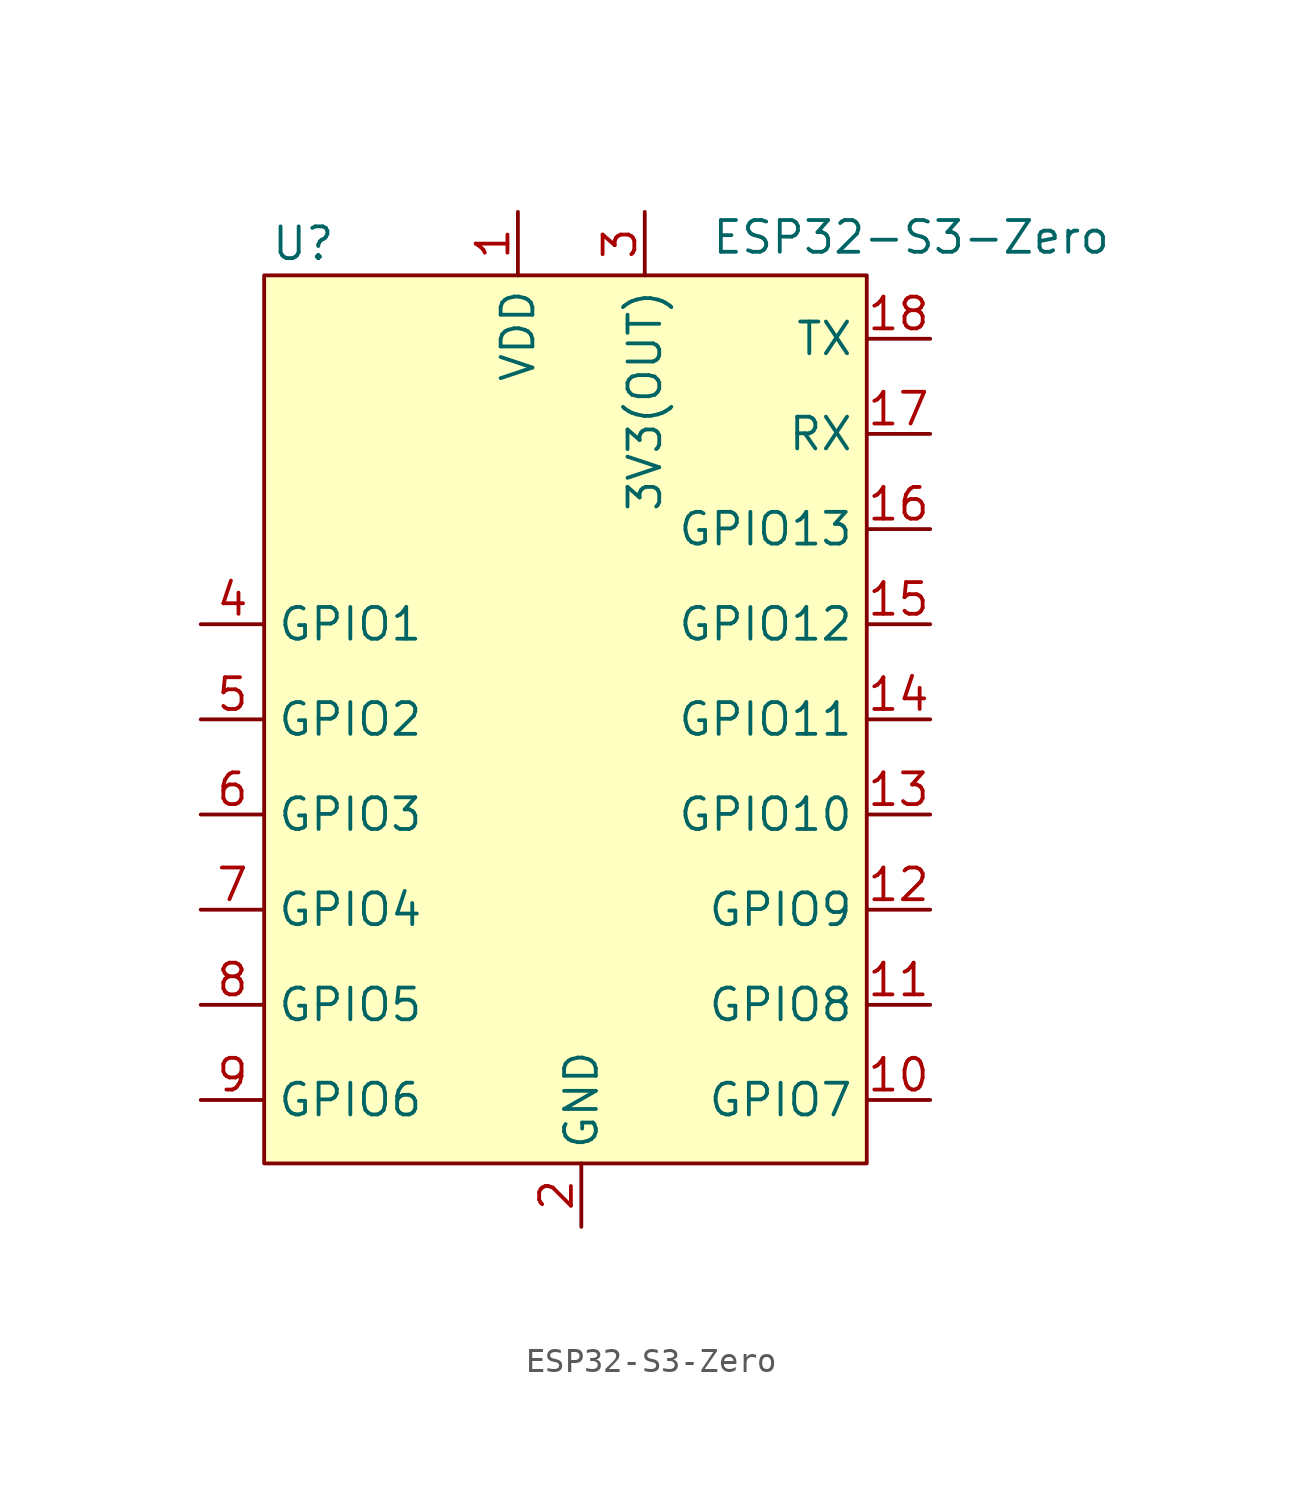
<source format=kicad_sym>
(kicad_symbol_lib
  (version 20241209)
  (generator "kicad_symbol_editor")
  (generator_version "9.0")
  (symbol "ESP32-S3-Zero"
    (property "Reference" "U"
      (at 0.254 1.27 0)
      (effects (font (size 1.27 1.27)) (justify left)))
    (property "Value" "ESP32-S3-Zero"
      (at 25.908 1.524 0)
      (effects (font (size 1.27 1.27))))
    (symbol "ESP32-S3-Zero_1_1"
      (rectangle (start 0 0) (end 24.13 -35.56) (stroke (width 0) (type default)) (fill (type background)))
      (pin bidirectional line (at -2.54 -13.97 0) (length 2.54) (name "GPIO1" (effects (font (size 1.27 1.27)))) (number "4" (effects (font (size 1.27 1.27)))))
      (pin bidirectional line (at -2.54 -17.78 0) (length 2.54) (name "GPIO2" (effects (font (size 1.27 1.27)))) (number "5" (effects (font (size 1.27 1.27)))))
      (pin bidirectional line (at -2.54 -21.59 0) (length 2.54) (name "GPIO3" (effects (font (size 1.27 1.27)))) (number "6" (effects (font (size 1.27 1.27)))))
      (pin bidirectional line (at -2.54 -25.4 0) (length 2.54) (name "GPIO4" (effects (font (size 1.27 1.27)))) (number "7" (effects (font (size 1.27 1.27)))))
      (pin bidirectional line (at -2.54 -29.21 0) (length 2.54) (name "GPIO5" (effects (font (size 1.27 1.27)))) (number "8" (effects (font (size 1.27 1.27)))))
      (pin bidirectional line (at -2.54 -33.02 0) (length 2.54) (name "GPIO6" (effects (font (size 1.27 1.27)))) (number "9" (effects (font (size 1.27 1.27)))))
      (pin power_in line (at 10.16 2.54 270) (length 2.54) (name "VDD" (effects (font (size 1.27 1.27)))) (number "1" (effects (font (size 1.27 1.27)))))
      (pin power_in line (at 12.7 -38.1 90) (length 2.54) (name "GND" (effects (font (size 1.27 1.27)))) (number "2" (effects (font (size 1.27 1.27)))))
      (pin power_out line (at 15.24 2.54 270) (length 2.54) (name "3V3(OUT)" (effects (font (size 1.27 1.27)))) (number "3" (effects (font (size 1.27 1.27)))))
      (pin output line (at 26.67 -2.54 180) (length 2.54) (name "TX" (effects (font (size 1.27 1.27)))) (number "18" (effects (font (size 1.27 1.27)))))
      (pin input line (at 26.67 -6.35 180) (length 2.54) (name "RX" (effects (font (size 1.27 1.27)))) (number "17" (effects (font (size 1.27 1.27)))))
      (pin bidirectional line (at 26.67 -10.16 180) (length 2.54) (name "GPIO13" (effects (font (size 1.27 1.27)))) (number "16" (effects (font (size 1.27 1.27)))))
      (pin bidirectional line (at 26.67 -13.97 180) (length 2.54) (name "GPIO12" (effects (font (size 1.27 1.27)))) (number "15" (effects (font (size 1.27 1.27)))))
      (pin bidirectional line (at 26.67 -17.78 180) (length 2.54) (name "GPIO11" (effects (font (size 1.27 1.27)))) (number "14" (effects (font (size 1.27 1.27)))))
      (pin bidirectional line (at 26.67 -21.59 180) (length 2.54) (name "GPIO10" (effects (font (size 1.27 1.27)))) (number "13" (effects (font (size 1.27 1.27)))))
      (pin bidirectional line (at 26.67 -25.4 180) (length 2.54) (name "GPIO9" (effects (font (size 1.27 1.27)))) (number "12" (effects (font (size 1.27 1.27)))))
      (pin bidirectional line (at 26.67 -29.21 180) (length 2.54) (name "GPIO8" (effects (font (size 1.27 1.27)))) (number "11" (effects (font (size 1.27 1.27)))))
      (pin bidirectional line (at 26.67 -33.02 180) (length 2.54) (name "GPIO7" (effects (font (size 1.27 1.27)))) (number "10" (effects (font (size 1.27 1.27))))))))
</source>
